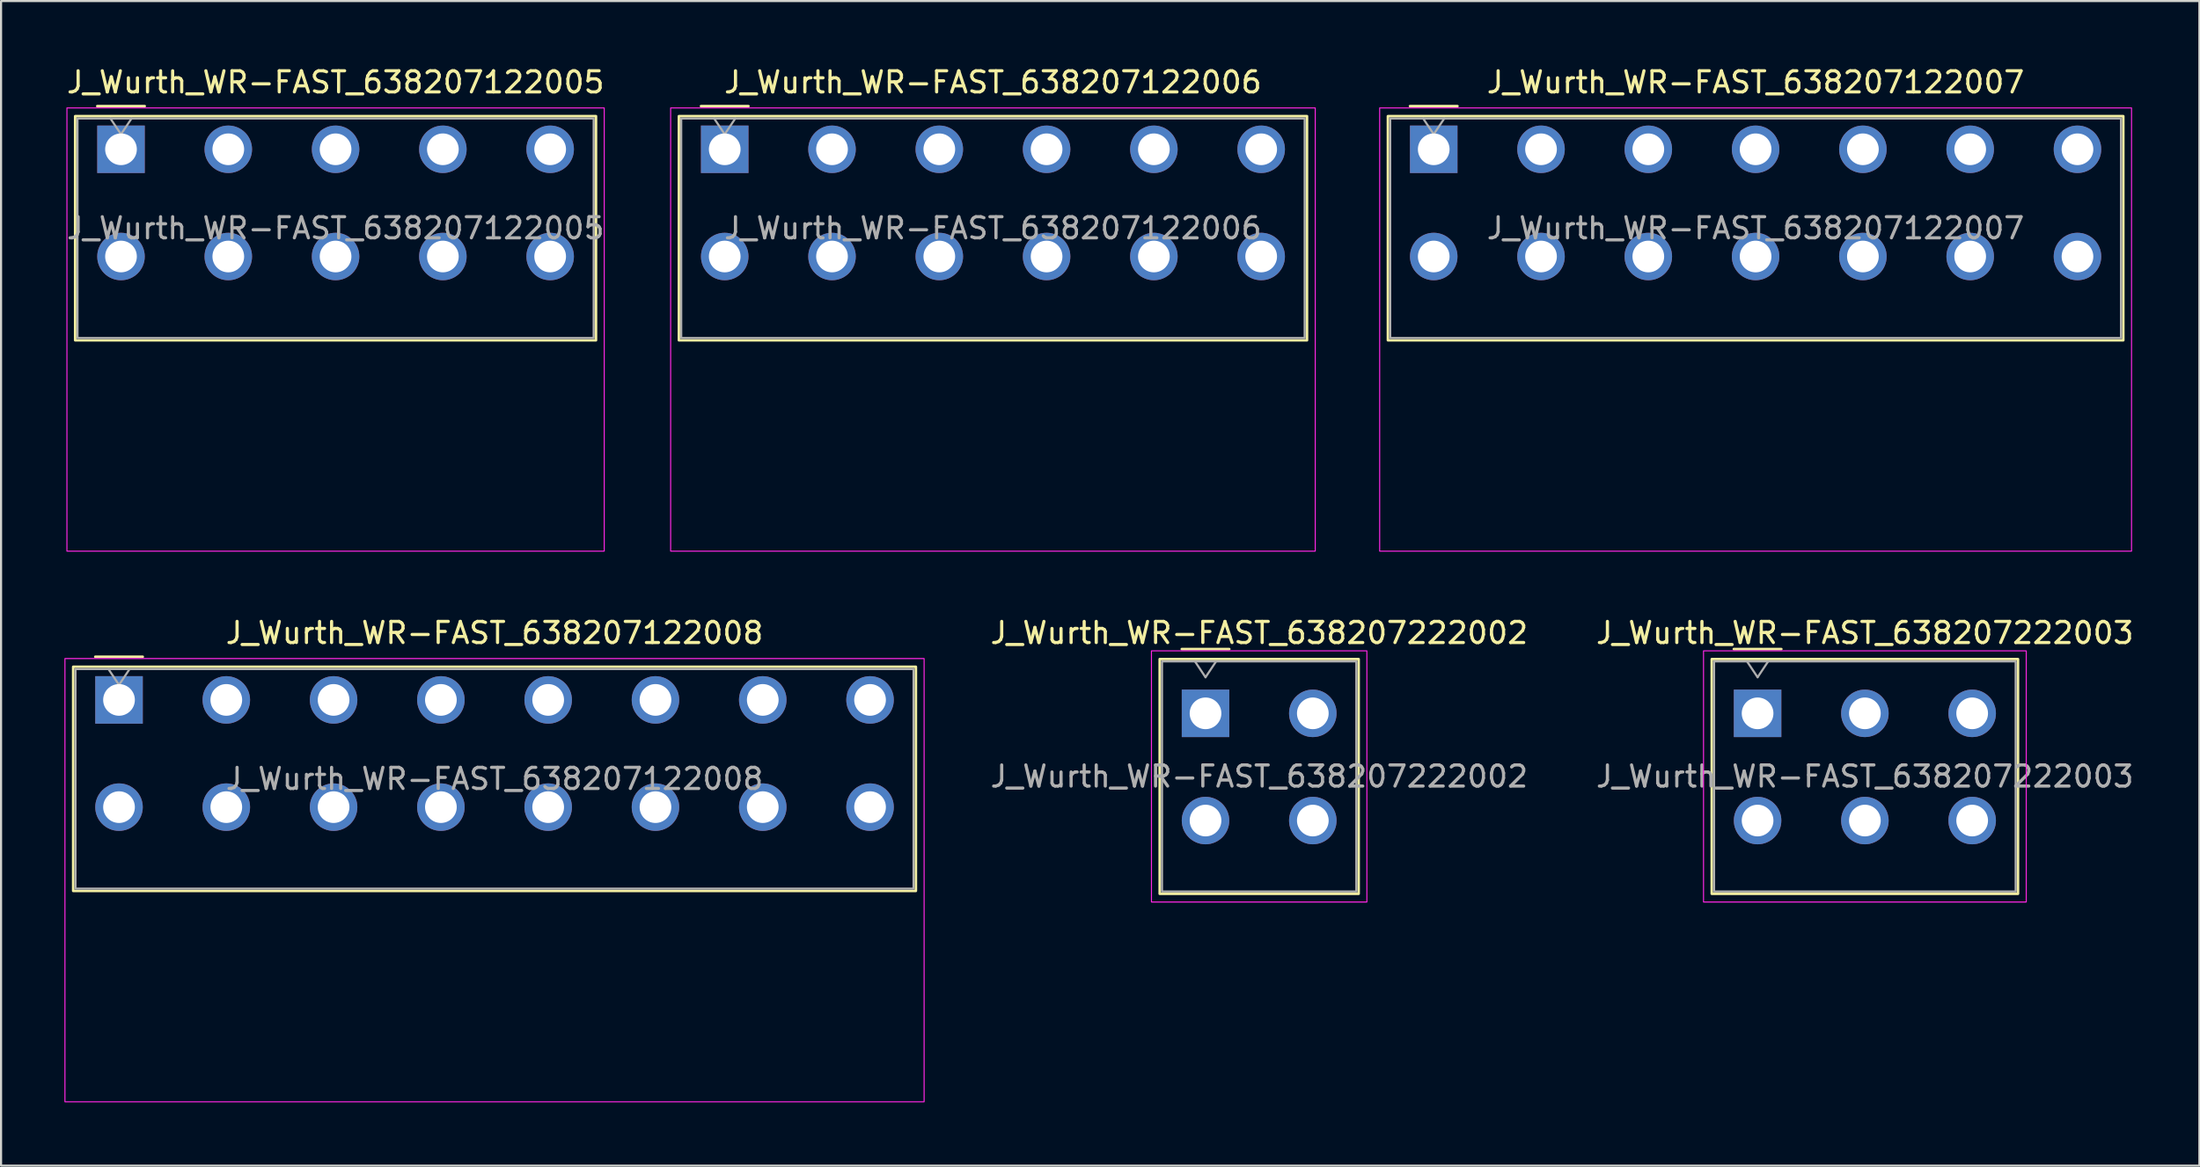
<source format=kicad_pcb>
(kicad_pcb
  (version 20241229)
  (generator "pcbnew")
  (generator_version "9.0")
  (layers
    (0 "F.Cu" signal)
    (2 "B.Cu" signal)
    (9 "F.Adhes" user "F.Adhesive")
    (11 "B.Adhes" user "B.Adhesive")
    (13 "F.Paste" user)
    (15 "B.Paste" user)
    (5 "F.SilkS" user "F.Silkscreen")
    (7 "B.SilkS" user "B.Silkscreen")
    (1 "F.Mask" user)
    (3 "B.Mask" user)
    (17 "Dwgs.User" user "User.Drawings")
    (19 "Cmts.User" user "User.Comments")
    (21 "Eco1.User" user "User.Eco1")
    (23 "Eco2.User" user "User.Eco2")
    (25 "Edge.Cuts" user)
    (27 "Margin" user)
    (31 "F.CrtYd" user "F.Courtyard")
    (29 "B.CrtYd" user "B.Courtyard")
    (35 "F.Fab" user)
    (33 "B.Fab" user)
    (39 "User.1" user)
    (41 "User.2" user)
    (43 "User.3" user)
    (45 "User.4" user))
  (footprint "J_Wurth_WR-FAST_638207222003"
    (layer "F.Cu")
    (at 80.168 30.747)
    (property "Reference" "J_Wurth_WR-FAST_638207222003" (at 5.08 -3.81 0) (unlocked yes) (layer "F.SilkS") (effects (font (size 1 1) (thickness 0.15))))
    (attr through_hole)
    (fp_line (start -1.125 -3.045) (end 1.125 -3.045) (stroke (width 0.12) (type solid)) (layer "F.SilkS"))
    (fp_rect (start -2.17 -2.57) (end 12.33 8.55) (stroke (width 0.12) (type solid)) (fill no) (layer "F.SilkS"))
    (fp_rect (start -2.56 -2.96) (end 12.72 8.94) (stroke (width 0.05) (type solid)) (fill no) (layer "F.CrtYd"))
    (fp_line (start 0 -1.71) (end -0.5 -2.46) (stroke (width 0.1) (type solid)) (layer "F.Fab"))
    (fp_line (start 0 -1.71) (end 0.5 -2.46) (stroke (width 0.1) (type solid)) (layer "F.Fab"))
    (fp_rect (start -2.06 -2.46) (end 12.22 8.44) (stroke (width 0.1) (type solid)) (fill no) (layer "F.Fab"))
    (fp_text user "${REFERENCE}" (at 5.08 2.99 0) (unlocked yes) (layer "F.Fab") (effects (font (size 1 1) (thickness 0.15))))
    (pad "1" thru_hole rect (at 0 0) (size 2.25 2.25) (drill 1.5) (layers "*.Cu" "*.Mask"))
    (pad "2" thru_hole circle (at 5.08 0) (size 2.25 2.25) (drill 1.5) (layers "*.Cu" "*.Mask"))
    (pad "3" thru_hole circle (at 10.16 0) (size 2.25 2.25) (drill 1.5) (layers "*.Cu" "*.Mask"))
    (pad "A1" thru_hole circle (at 0 5.08) (size 2.25 2.25) (drill 1.5) (layers "*.Cu" "*.Mask"))
    (pad "A2" thru_hole circle (at 5.08 5.08) (size 2.25 2.25) (drill 1.5) (layers "*.Cu" "*.Mask"))
    (pad "A3" thru_hole circle (at 10.16 5.08) (size 2.25 2.25) (drill 1.5) (layers "*.Cu" "*.Mask")))
  (footprint "J_Wurth_WR-FAST_638207122005"
    (layer "F.Cu")
    (at 2.679 4.023)
    (property "Reference" "J_Wurth_WR-FAST_638207122005" (at 10.16 -3.175 0) (unlocked yes) (layer "F.SilkS") (effects (font (size 1 1) (thickness 0.15))))
    (attr through_hole)
    (fp_line (start -1.125 -2.045) (end 1.125 -2.045) (stroke (width 0.12) (type solid)) (layer "F.SilkS"))
    (fp_rect (start -2.17 -1.57) (end 22.49 9.05) (stroke (width 0.12) (type solid)) (fill no) (layer "F.SilkS"))
    (fp_rect (start -2.56 -1.96) (end 22.88 19.04) (stroke (width 0.05) (type solid)) (fill no) (layer "F.CrtYd"))
    (fp_line (start 0 -0.71) (end -0.5 -1.46) (stroke (width 0.1) (type solid)) (layer "F.Fab"))
    (fp_line (start 0 -0.71) (end 0.5 -1.46) (stroke (width 0.1) (type solid)) (layer "F.Fab"))
    (fp_rect (start -2.06 -1.46) (end 22.38 8.94) (stroke (width 0.1) (type solid)) (fill no) (layer "F.Fab"))
    (fp_text user "${REFERENCE}" (at 10.16 3.74 0) (unlocked yes) (layer "F.Fab") (effects (font (size 1 1) (thickness 0.15))))
    (pad "1" thru_hole rect (at 0 0) (size 2.25 2.25) (drill 1.5) (layers "*.Cu" "*.Mask"))
    (pad "2" thru_hole circle (at 5.08 0) (size 2.25 2.25) (drill 1.5) (layers "*.Cu" "*.Mask"))
    (pad "3" thru_hole circle (at 10.16 0) (size 2.25 2.25) (drill 1.5) (layers "*.Cu" "*.Mask"))
    (pad "4" thru_hole circle (at 15.24 0) (size 2.25 2.25) (drill 1.5) (layers "*.Cu" "*.Mask"))
    (pad "5" thru_hole circle (at 20.32 0) (size 2.25 2.25) (drill 1.5) (layers "*.Cu" "*.Mask"))
    (pad "A1" thru_hole circle (at 0 5.08) (size 2.25 2.25) (drill 1.5) (layers "*.Cu" "*.Mask"))
    (pad "A2" thru_hole circle (at 5.08 5.08) (size 2.25 2.25) (drill 1.5) (layers "*.Cu" "*.Mask"))
    (pad "A3" thru_hole circle (at 10.16 5.08) (size 2.25 2.25) (drill 1.5) (layers "*.Cu" "*.Mask"))
    (pad "A4" thru_hole circle (at 15.24 5.08) (size 2.25 2.25) (drill 1.5) (layers "*.Cu" "*.Mask"))
    (pad "A5" thru_hole circle (at 20.32 5.08) (size 2.25 2.25) (drill 1.5) (layers "*.Cu" "*.Mask")))
  (footprint "J_Wurth_WR-FAST_638207122006"
    (layer "F.Cu")
    (at 31.264 4.023)
    (property "Reference" "J_Wurth_WR-FAST_638207122006" (at 12.7 -3.175 0) (unlocked yes) (layer "F.SilkS") (effects (font (size 1 1) (thickness 0.15))))
    (attr through_hole)
    (fp_line (start -1.125 -2.045) (end 1.125 -2.045) (stroke (width 0.12) (type solid)) (layer "F.SilkS"))
    (fp_rect (start -2.17 -1.57) (end 27.57 9.05) (stroke (width 0.12) (type solid)) (fill no) (layer "F.SilkS"))
    (fp_rect (start -2.56 -1.96) (end 27.96 19.04) (stroke (width 0.05) (type solid)) (fill no) (layer "F.CrtYd"))
    (fp_line (start 0 -0.71) (end -0.5 -1.46) (stroke (width 0.1) (type solid)) (layer "F.Fab"))
    (fp_line (start 0 -0.71) (end 0.5 -1.46) (stroke (width 0.1) (type solid)) (layer "F.Fab"))
    (fp_rect (start -2.06 -1.46) (end 27.46 8.94) (stroke (width 0.1) (type solid)) (fill no) (layer "F.Fab"))
    (fp_text user "${REFERENCE}" (at 12.7 3.74 0) (unlocked yes) (layer "F.Fab") (effects (font (size 1 1) (thickness 0.15))))
    (pad "1" thru_hole rect (at 0 0) (size 2.25 2.25) (drill 1.5) (layers "*.Cu" "*.Mask"))
    (pad "2" thru_hole circle (at 5.08 0) (size 2.25 2.25) (drill 1.5) (layers "*.Cu" "*.Mask"))
    (pad "3" thru_hole circle (at 10.16 0) (size 2.25 2.25) (drill 1.5) (layers "*.Cu" "*.Mask"))
    (pad "4" thru_hole circle (at 15.24 0) (size 2.25 2.25) (drill 1.5) (layers "*.Cu" "*.Mask"))
    (pad "5" thru_hole circle (at 20.32 0) (size 2.25 2.25) (drill 1.5) (layers "*.Cu" "*.Mask"))
    (pad "6" thru_hole circle (at 25.4 0) (size 2.25 2.25) (drill 1.5) (layers "*.Cu" "*.Mask"))
    (pad "A1" thru_hole circle (at 0 5.08) (size 2.25 2.25) (drill 1.5) (layers "*.Cu" "*.Mask"))
    (pad "A2" thru_hole circle (at 5.08 5.08) (size 2.25 2.25) (drill 1.5) (layers "*.Cu" "*.Mask"))
    (pad "A3" thru_hole circle (at 10.16 5.08) (size 2.25 2.25) (drill 1.5) (layers "*.Cu" "*.Mask"))
    (pad "A4" thru_hole circle (at 15.24 5.08) (size 2.25 2.25) (drill 1.5) (layers "*.Cu" "*.Mask"))
    (pad "A5" thru_hole circle (at 20.32 5.08) (size 2.25 2.25) (drill 1.5) (layers "*.Cu" "*.Mask"))
    (pad "A6" thru_hole circle (at 25.4 5.08) (size 2.25 2.25) (drill 1.5) (layers "*.Cu" "*.Mask")))
  (footprint "J_Wurth_WR-FAST_638207122007"
    (layer "F.Cu")
    (at 64.834 4.023)
    (property "Reference" "J_Wurth_WR-FAST_638207122007" (at 15.24 -3.175 0) (unlocked yes) (layer "F.SilkS") (effects (font (size 1 1) (thickness 0.15))))
    (attr through_hole)
    (fp_line (start -1.125 -2.045) (end 1.125 -2.045) (stroke (width 0.12) (type solid)) (layer "F.SilkS"))
    (fp_rect (start -2.17 -1.57) (end 32.65 9.05) (stroke (width 0.12) (type solid)) (fill no) (layer "F.SilkS"))
    (fp_rect (start -2.56 -1.96) (end 33.04 19.04) (stroke (width 0.05) (type solid)) (fill no) (layer "F.CrtYd"))
    (fp_line (start 0 -0.71) (end -0.5 -1.46) (stroke (width 0.1) (type solid)) (layer "F.Fab"))
    (fp_line (start 0 -0.71) (end 0.5 -1.46) (stroke (width 0.1) (type solid)) (layer "F.Fab"))
    (fp_rect (start -2.06 -1.46) (end 32.54 8.94) (stroke (width 0.1) (type solid)) (fill no) (layer "F.Fab"))
    (fp_text user "${REFERENCE}" (at 15.24 3.74 0) (unlocked yes) (layer "F.Fab") (effects (font (size 1 1) (thickness 0.15))))
    (pad "1" thru_hole rect (at 0 0) (size 2.25 2.25) (drill 1.5) (layers "*.Cu" "*.Mask"))
    (pad "2" thru_hole circle (at 5.08 0) (size 2.25 2.25) (drill 1.5) (layers "*.Cu" "*.Mask"))
    (pad "3" thru_hole circle (at 10.16 0) (size 2.25 2.25) (drill 1.5) (layers "*.Cu" "*.Mask"))
    (pad "4" thru_hole circle (at 15.24 0) (size 2.25 2.25) (drill 1.5) (layers "*.Cu" "*.Mask"))
    (pad "5" thru_hole circle (at 20.32 0) (size 2.25 2.25) (drill 1.5) (layers "*.Cu" "*.Mask"))
    (pad "6" thru_hole circle (at 25.4 0) (size 2.25 2.25) (drill 1.5) (layers "*.Cu" "*.Mask"))
    (pad "7" thru_hole circle (at 30.48 0) (size 2.25 2.25) (drill 1.5) (layers "*.Cu" "*.Mask"))
    (pad "A1" thru_hole circle (at 0 5.08) (size 2.25 2.25) (drill 1.5) (layers "*.Cu" "*.Mask"))
    (pad "A2" thru_hole circle (at 5.08 5.08) (size 2.25 2.25) (drill 1.5) (layers "*.Cu" "*.Mask"))
    (pad "A3" thru_hole circle (at 10.16 5.08) (size 2.25 2.25) (drill 1.5) (layers "*.Cu" "*.Mask"))
    (pad "A4" thru_hole circle (at 15.24 5.08) (size 2.25 2.25) (drill 1.5) (layers "*.Cu" "*.Mask"))
    (pad "A5" thru_hole circle (at 20.32 5.08) (size 2.25 2.25) (drill 1.5) (layers "*.Cu" "*.Mask"))
    (pad "A6" thru_hole circle (at 25.4 5.08) (size 2.25 2.25) (drill 1.5) (layers "*.Cu" "*.Mask"))
    (pad "A7" thru_hole circle (at 30.48 5.08) (size 2.25 2.25) (drill 1.5) (layers "*.Cu" "*.Mask")))
  (footprint "J_Wurth_WR-FAST_638207222002"
    (layer "F.Cu")
    (at 54.029 30.747)
    (property "Reference" "J_Wurth_WR-FAST_638207222002" (at 2.54 -3.81 0) (unlocked yes) (layer "F.SilkS") (effects (font (size 1 1) (thickness 0.15))))
    (attr through_hole)
    (fp_line (start -1.125 -3.045) (end 1.125 -3.045) (stroke (width 0.12) (type solid)) (layer "F.SilkS"))
    (fp_rect (start -2.17 -2.57) (end 7.25 8.55) (stroke (width 0.12) (type solid)) (fill no) (layer "F.SilkS"))
    (fp_rect (start -2.56 -2.96) (end 7.64 8.94) (stroke (width 0.05) (type solid)) (fill no) (layer "F.CrtYd"))
    (fp_line (start 0 -1.71) (end -0.5 -2.46) (stroke (width 0.1) (type solid)) (layer "F.Fab"))
    (fp_line (start 0 -1.71) (end 0.5 -2.46) (stroke (width 0.1) (type solid)) (layer "F.Fab"))
    (fp_rect (start -2.06 -2.46) (end 7.14 8.44) (stroke (width 0.1) (type solid)) (fill no) (layer "F.Fab"))
    (fp_text user "${REFERENCE}" (at 2.54 2.99 0) (unlocked yes) (layer "F.Fab") (effects (font (size 1 1) (thickness 0.15))))
    (pad "1" thru_hole rect (at 0 0) (size 2.25 2.25) (drill 1.5) (layers "*.Cu" "*.Mask"))
    (pad "2" thru_hole circle (at 5.08 0) (size 2.25 2.25) (drill 1.5) (layers "*.Cu" "*.Mask"))
    (pad "A1" thru_hole circle (at 0 5.08) (size 2.25 2.25) (drill 1.5) (layers "*.Cu" "*.Mask"))
    (pad "A2" thru_hole circle (at 5.08 5.08) (size 2.25 2.25) (drill 1.5) (layers "*.Cu" "*.Mask")))
  (footprint "J_Wurth_WR-FAST_638207122008"
    (layer "F.Cu")
    (at 2.585 30.111)
    (property "Reference" "J_Wurth_WR-FAST_638207122008" (at 17.78 -3.175 0) (unlocked yes) (layer "F.SilkS") (effects (font (size 1 1) (thickness 0.15))))
    (attr through_hole)
    (fp_line (start -1.125 -2.045) (end 1.125 -2.045) (stroke (width 0.12) (type solid)) (layer "F.SilkS"))
    (fp_rect (start -2.17 -1.57) (end 37.73 9.05) (stroke (width 0.12) (type solid)) (fill no) (layer "F.SilkS"))
    (fp_rect (start -2.56 -1.96) (end 38.12 19.04) (stroke (width 0.05) (type solid)) (fill no) (layer "F.CrtYd"))
    (fp_line (start 0 -0.71) (end -0.5 -1.46) (stroke (width 0.1) (type solid)) (layer "F.Fab"))
    (fp_line (start 0 -0.71) (end 0.5 -1.46) (stroke (width 0.1) (type solid)) (layer "F.Fab"))
    (fp_rect (start -2.06 -1.46) (end 37.62 8.94) (stroke (width 0.1) (type solid)) (fill no) (layer "F.Fab"))
    (fp_text user "${REFERENCE}" (at 17.78 3.74 0) (unlocked yes) (layer "F.Fab") (effects (font (size 1 1) (thickness 0.15))))
    (pad "1" thru_hole rect (at 0 0) (size 2.25 2.25) (drill 1.5) (layers "*.Cu" "*.Mask"))
    (pad "2" thru_hole circle (at 5.08 0) (size 2.25 2.25) (drill 1.5) (layers "*.Cu" "*.Mask"))
    (pad "3" thru_hole circle (at 10.16 0) (size 2.25 2.25) (drill 1.5) (layers "*.Cu" "*.Mask"))
    (pad "4" thru_hole circle (at 15.24 0) (size 2.25 2.25) (drill 1.5) (layers "*.Cu" "*.Mask"))
    (pad "5" thru_hole circle (at 20.32 0) (size 2.25 2.25) (drill 1.5) (layers "*.Cu" "*.Mask"))
    (pad "6" thru_hole circle (at 25.4 0) (size 2.25 2.25) (drill 1.5) (layers "*.Cu" "*.Mask"))
    (pad "7" thru_hole circle (at 30.48 0) (size 2.25 2.25) (drill 1.5) (layers "*.Cu" "*.Mask"))
    (pad "8" thru_hole circle (at 35.56 0) (size 2.25 2.25) (drill 1.5) (layers "*.Cu" "*.Mask"))
    (pad "A1" thru_hole circle (at 0 5.08) (size 2.25 2.25) (drill 1.5) (layers "*.Cu" "*.Mask"))
    (pad "A2" thru_hole circle (at 5.08 5.08) (size 2.25 2.25) (drill 1.5) (layers "*.Cu" "*.Mask"))
    (pad "A3" thru_hole circle (at 10.16 5.08) (size 2.25 2.25) (drill 1.5) (layers "*.Cu" "*.Mask"))
    (pad "A4" thru_hole circle (at 15.24 5.08) (size 2.25 2.25) (drill 1.5) (layers "*.Cu" "*.Mask"))
    (pad "A5" thru_hole circle (at 20.32 5.08) (size 2.25 2.25) (drill 1.5) (layers "*.Cu" "*.Mask"))
    (pad "A6" thru_hole circle (at 25.4 5.08) (size 2.25 2.25) (drill 1.5) (layers "*.Cu" "*.Mask"))
    (pad "A7" thru_hole circle (at 30.48 5.08) (size 2.25 2.25) (drill 1.5) (layers "*.Cu" "*.Mask"))
    (pad "A8" thru_hole circle (at 35.56 5.08) (size 2.25 2.25) (drill 1.5) (layers "*.Cu" "*.Mask")))
  (gr_rect
    (start -3 -3)
    (end 101.087 52.176)
    (stroke (width 0.1) (type default))
    (fill no)
    (layer "Edge.Cuts")))
</source>
